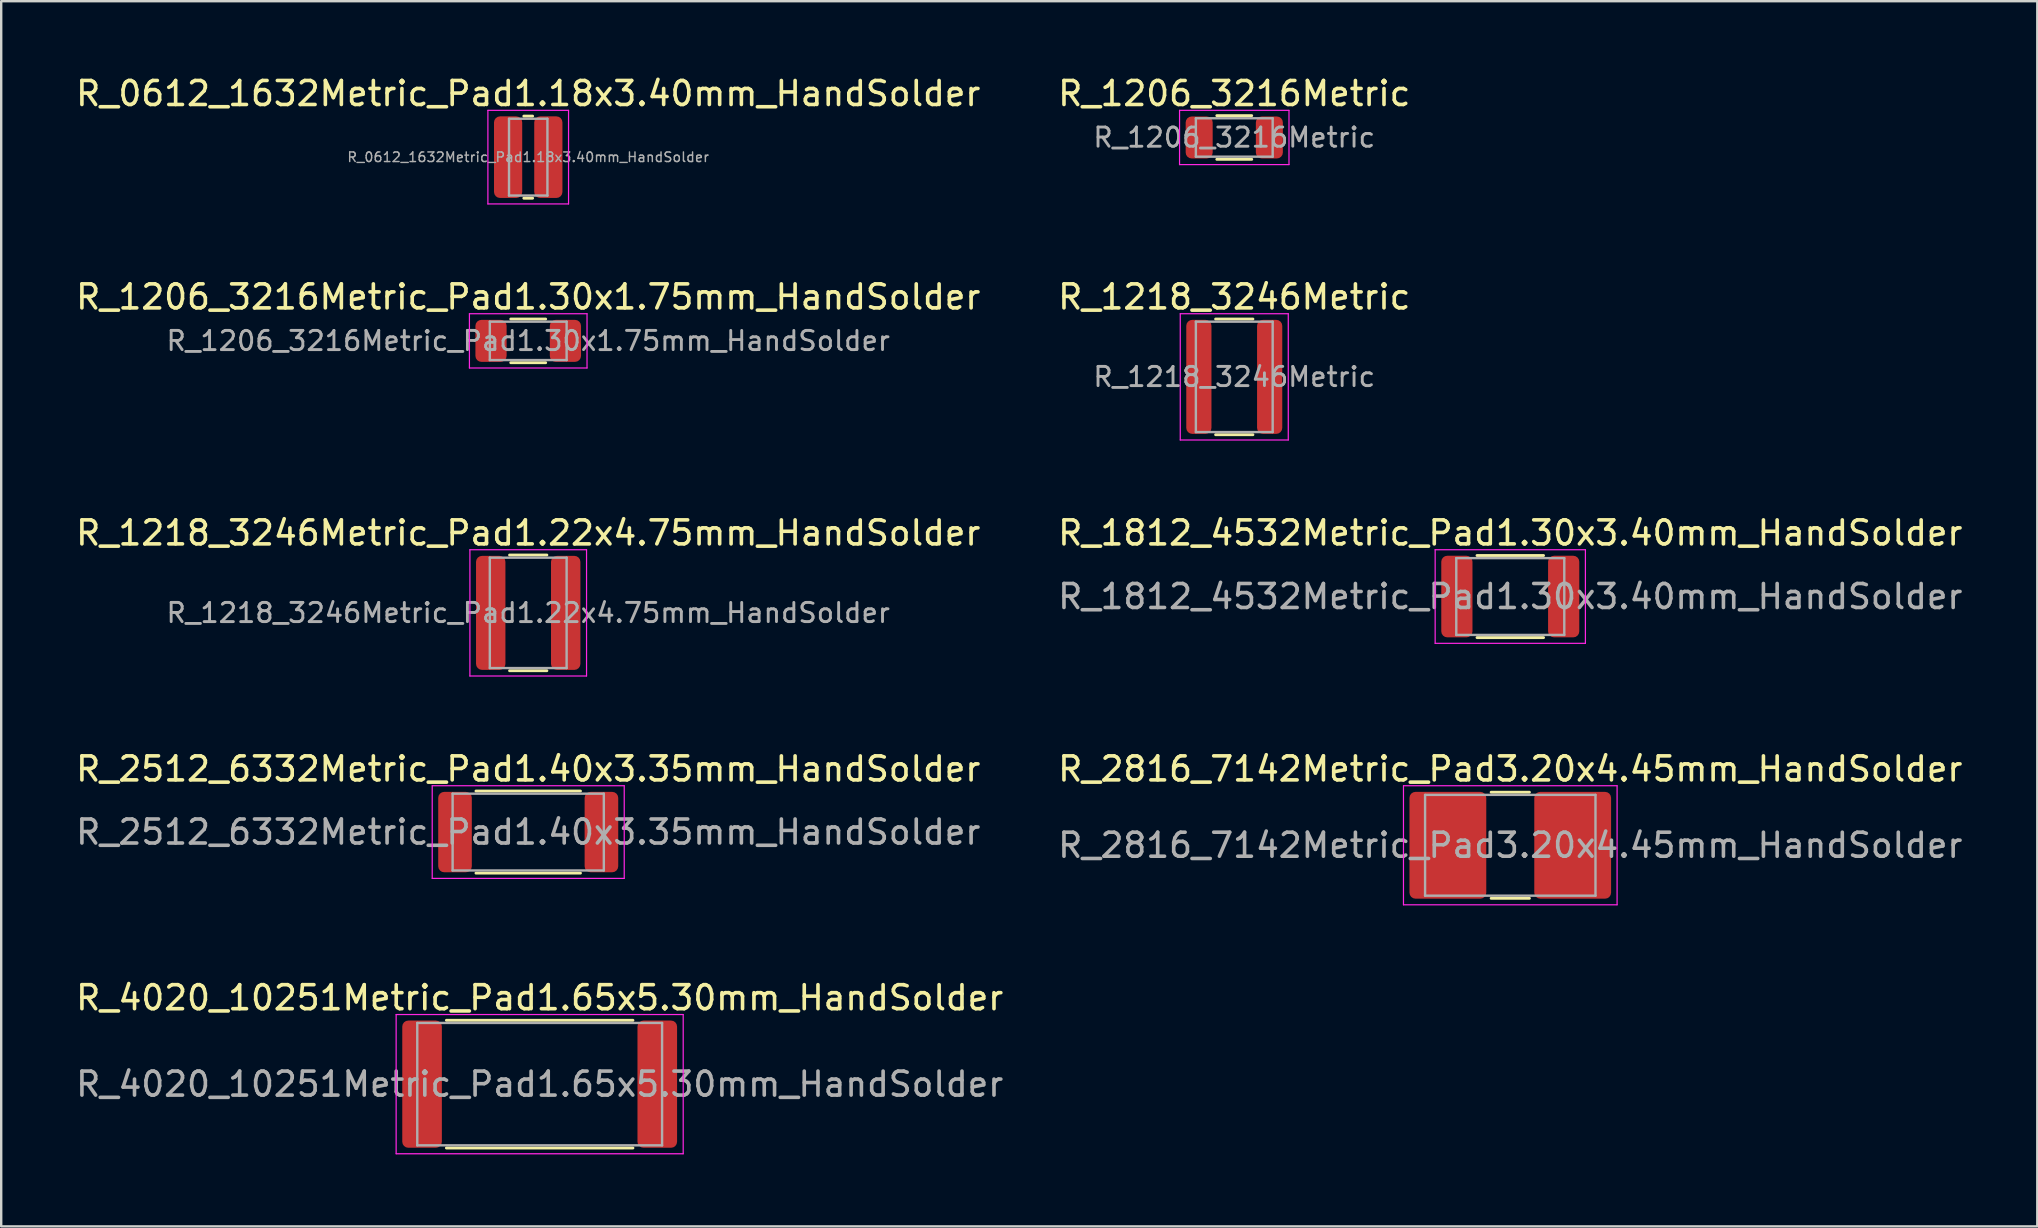
<source format=kicad_pcb>
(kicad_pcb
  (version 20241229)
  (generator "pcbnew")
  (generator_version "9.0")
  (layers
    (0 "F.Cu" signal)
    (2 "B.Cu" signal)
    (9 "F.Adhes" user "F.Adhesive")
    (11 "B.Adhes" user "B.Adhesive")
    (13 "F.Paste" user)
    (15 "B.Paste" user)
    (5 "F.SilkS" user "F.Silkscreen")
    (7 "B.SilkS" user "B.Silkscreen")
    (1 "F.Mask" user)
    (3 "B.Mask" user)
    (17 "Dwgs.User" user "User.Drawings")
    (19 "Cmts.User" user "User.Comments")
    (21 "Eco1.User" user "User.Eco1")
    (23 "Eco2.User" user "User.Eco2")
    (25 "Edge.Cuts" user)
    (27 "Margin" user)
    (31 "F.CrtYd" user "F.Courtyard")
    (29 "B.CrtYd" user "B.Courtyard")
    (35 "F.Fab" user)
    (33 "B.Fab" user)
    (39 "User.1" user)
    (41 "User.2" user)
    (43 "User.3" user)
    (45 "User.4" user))
  (footprint "R_0612_1632Metric_Pad1.18x3.40mm_HandSolder"
    (layer "F.Cu")
    (at 18.958 3.498)
    (property "Reference" "R_0612_1632Metric_Pad1.18x3.40mm_HandSolder" (at 0 -2.65 0) (layer "F.SilkS") (effects (font (size 1 1) (thickness 0.15))))
    (attr smd)
    (fp_line (start -0.183 -1.71) (end 0.183 -1.71) (stroke (width 0.12) (type solid)) (layer "F.SilkS"))
    (fp_line (start -0.183 1.71) (end 0.183 1.71) (stroke (width 0.12) (type solid)) (layer "F.SilkS"))
    (fp_line (start -1.68 -1.95) (end 1.68 -1.95) (stroke (width 0.05) (type solid)) (layer "F.CrtYd"))
    (fp_line (start -1.68 1.95) (end -1.68 -1.95) (stroke (width 0.05) (type solid)) (layer "F.CrtYd"))
    (fp_line (start 1.68 -1.95) (end 1.68 1.95) (stroke (width 0.05) (type solid)) (layer "F.CrtYd"))
    (fp_line (start 1.68 1.95) (end -1.68 1.95) (stroke (width 0.05) (type solid)) (layer "F.CrtYd"))
    (fp_line (start -0.8 -1.6) (end 0.8 -1.6) (stroke (width 0.1) (type solid)) (layer "F.Fab"))
    (fp_line (start -0.8 1.6) (end -0.8 -1.6) (stroke (width 0.1) (type solid)) (layer "F.Fab"))
    (fp_line (start 0.8 -1.6) (end 0.8 1.6) (stroke (width 0.1) (type solid)) (layer "F.Fab"))
    (fp_line (start 0.8 1.6) (end -0.8 1.6) (stroke (width 0.1) (type solid)) (layer "F.Fab"))
    (fp_text user "${REFERENCE}" (at 0 0 0) (layer "F.Fab") (effects (font (size 0.4 0.4) (thickness 0.06))))
    (pad "1" smd roundrect (at -0.838 0) (size 1.175 3.4) (layers "F.Cu" "F.Mask" "F.Paste") (roundrect_rratio 0.213))
    (pad "2" smd roundrect (at 0.838 0) (size 1.175 3.4) (layers "F.Cu" "F.Mask" "F.Paste") (roundrect_rratio 0.213)))
  (footprint "R_1206_3216Metric_Pad1.30x1.75mm_HandSolder"
    (layer "F.Cu")
    (at 18.958 11.152)
    (property "Reference" "R_1206_3216Metric_Pad1.30x1.75mm_HandSolder" (at 0 -1.83 0) (layer "F.SilkS") (effects (font (size 1 1) (thickness 0.15))))
    (attr smd)
    (fp_line (start -0.727 -0.91) (end 0.727 -0.91) (stroke (width 0.12) (type solid)) (layer "F.SilkS"))
    (fp_line (start -0.727 0.91) (end 0.727 0.91) (stroke (width 0.12) (type solid)) (layer "F.SilkS"))
    (fp_line (start -2.45 -1.13) (end 2.45 -1.13) (stroke (width 0.05) (type solid)) (layer "F.CrtYd"))
    (fp_line (start -2.45 1.13) (end -2.45 -1.13) (stroke (width 0.05) (type solid)) (layer "F.CrtYd"))
    (fp_line (start 2.45 -1.13) (end 2.45 1.13) (stroke (width 0.05) (type solid)) (layer "F.CrtYd"))
    (fp_line (start 2.45 1.13) (end -2.45 1.13) (stroke (width 0.05) (type solid)) (layer "F.CrtYd"))
    (fp_line (start -1.6 -0.8) (end 1.6 -0.8) (stroke (width 0.1) (type solid)) (layer "F.Fab"))
    (fp_line (start -1.6 0.8) (end -1.6 -0.8) (stroke (width 0.1) (type solid)) (layer "F.Fab"))
    (fp_line (start 1.6 -0.8) (end 1.6 0.8) (stroke (width 0.1) (type solid)) (layer "F.Fab"))
    (fp_line (start 1.6 0.8) (end -1.6 0.8) (stroke (width 0.1) (type solid)) (layer "F.Fab"))
    (fp_text user "${REFERENCE}" (at 0 0 0) (layer "F.Fab") (effects (font (size 0.8 0.8) (thickness 0.12))))
    (pad "1" smd roundrect (at -1.55 0) (size 1.3 1.75) (layers "F.Cu" "F.Mask" "F.Paste") (roundrect_rratio 0.192))
    (pad "2" smd roundrect (at 1.55 0) (size 1.3 1.75) (layers "F.Cu" "F.Mask" "F.Paste") (roundrect_rratio 0.192)))
  (footprint "R_4020_10251Metric_Pad1.65x5.30mm_HandSolder"
    (layer "F.Cu")
    (at 19.435 42.121)
    (property "Reference" "R_4020_10251Metric_Pad1.65x5.30mm_HandSolder" (at 0 -3.6 0) (layer "F.SilkS") (effects (font (size 1 1) (thickness 0.15))))
    (attr smd)
    (fp_line (start -3.886 -2.66) (end 3.886 -2.66) (stroke (width 0.12) (type solid)) (layer "F.SilkS"))
    (fp_line (start -3.886 2.66) (end 3.886 2.66) (stroke (width 0.12) (type solid)) (layer "F.SilkS"))
    (fp_line (start -5.98 -2.9) (end 5.98 -2.9) (stroke (width 0.05) (type solid)) (layer "F.CrtYd"))
    (fp_line (start -5.98 2.9) (end -5.98 -2.9) (stroke (width 0.05) (type solid)) (layer "F.CrtYd"))
    (fp_line (start 5.98 -2.9) (end 5.98 2.9) (stroke (width 0.05) (type solid)) (layer "F.CrtYd"))
    (fp_line (start 5.98 2.9) (end -5.98 2.9) (stroke (width 0.05) (type solid)) (layer "F.CrtYd"))
    (fp_line (start -5.1 -2.55) (end 5.1 -2.55) (stroke (width 0.1) (type solid)) (layer "F.Fab"))
    (fp_line (start -5.1 2.55) (end -5.1 -2.55) (stroke (width 0.1) (type solid)) (layer "F.Fab"))
    (fp_line (start 5.1 -2.55) (end 5.1 2.55) (stroke (width 0.1) (type solid)) (layer "F.Fab"))
    (fp_line (start 5.1 2.55) (end -5.1 2.55) (stroke (width 0.1) (type solid)) (layer "F.Fab"))
    (fp_text user "${REFERENCE}" (at 0 0 0) (layer "F.Fab") (effects (font (size 1 1) (thickness 0.15))))
    (pad "1" smd roundrect (at -4.9 0) (size 1.65 5.3) (layers "F.Cu" "F.Mask" "F.Paste") (roundrect_rratio 0.152))
    (pad "2" smd roundrect (at 4.9 0) (size 1.65 5.3) (layers "F.Cu" "F.Mask" "F.Paste") (roundrect_rratio 0.152)))
  (footprint "R_1218_3246Metric"
    (layer "F.Cu")
    (at 48.375 12.652)
    (property "Reference" "R_1218_3246Metric" (at 0 -3.33 0) (layer "F.SilkS") (effects (font (size 1 1) (thickness 0.15))))
    (attr smd)
    (fp_line (start -0.777 -2.41) (end 0.777 -2.41) (stroke (width 0.12) (type solid)) (layer "F.SilkS"))
    (fp_line (start -0.777 2.41) (end 0.777 2.41) (stroke (width 0.12) (type solid)) (layer "F.SilkS"))
    (fp_line (start -2.25 -2.63) (end 2.25 -2.63) (stroke (width 0.05) (type solid)) (layer "F.CrtYd"))
    (fp_line (start -2.25 2.63) (end -2.25 -2.63) (stroke (width 0.05) (type solid)) (layer "F.CrtYd"))
    (fp_line (start 2.25 -2.63) (end 2.25 2.63) (stroke (width 0.05) (type solid)) (layer "F.CrtYd"))
    (fp_line (start 2.25 2.63) (end -2.25 2.63) (stroke (width 0.05) (type solid)) (layer "F.CrtYd"))
    (fp_line (start -1.6 -2.3) (end 1.6 -2.3) (stroke (width 0.1) (type solid)) (layer "F.Fab"))
    (fp_line (start -1.6 2.3) (end -1.6 -2.3) (stroke (width 0.1) (type solid)) (layer "F.Fab"))
    (fp_line (start 1.6 -2.3) (end 1.6 2.3) (stroke (width 0.1) (type solid)) (layer "F.Fab"))
    (fp_line (start 1.6 2.3) (end -1.6 2.3) (stroke (width 0.1) (type solid)) (layer "F.Fab"))
    (fp_text user "${REFERENCE}" (at 0 0 0) (layer "F.Fab") (effects (font (size 0.8 0.8) (thickness 0.12))))
    (pad "1" smd roundrect (at -1.475 0) (size 1.05 4.75) (layers "F.Cu" "F.Mask" "F.Paste") (roundrect_rratio 0.238))
    (pad "2" smd roundrect (at 1.475 0) (size 1.05 4.75) (layers "F.Cu" "F.Mask" "F.Paste") (roundrect_rratio 0.238)))
  (footprint "R_2816_7142Metric_Pad3.20x4.45mm_HandSolder"
    (layer "F.Cu")
    (at 59.875 32.168)
    (property "Reference" "R_2816_7142Metric_Pad3.20x4.45mm_HandSolder" (at 0 -3.18 0) (layer "F.SilkS") (effects (font (size 1 1) (thickness 0.15))))
    (attr smd)
    (fp_line (start -0.797 -2.21) (end 0.797 -2.21) (stroke (width 0.12) (type solid)) (layer "F.SilkS"))
    (fp_line (start -0.797 2.21) (end 0.797 2.21) (stroke (width 0.12) (type solid)) (layer "F.SilkS"))
    (fp_line (start -4.45 -2.48) (end 4.45 -2.48) (stroke (width 0.05) (type solid)) (layer "F.CrtYd"))
    (fp_line (start -4.45 2.48) (end -4.45 -2.48) (stroke (width 0.05) (type solid)) (layer "F.CrtYd"))
    (fp_line (start 4.45 -2.48) (end 4.45 2.48) (stroke (width 0.05) (type solid)) (layer "F.CrtYd"))
    (fp_line (start 4.45 2.48) (end -4.45 2.48) (stroke (width 0.05) (type solid)) (layer "F.CrtYd"))
    (fp_line (start -3.55 -2.1) (end 3.55 -2.1) (stroke (width 0.1) (type solid)) (layer "F.Fab"))
    (fp_line (start -3.55 2.1) (end -3.55 -2.1) (stroke (width 0.1) (type solid)) (layer "F.Fab"))
    (fp_line (start 3.55 -2.1) (end 3.55 2.1) (stroke (width 0.1) (type solid)) (layer "F.Fab"))
    (fp_line (start 3.55 2.1) (end -3.55 2.1) (stroke (width 0.1) (type solid)) (layer "F.Fab"))
    (fp_text user "${REFERENCE}" (at 0 0 0) (layer "F.Fab") (effects (font (size 1 1) (thickness 0.15))))
    (pad "1" smd roundrect (at -2.6 0) (size 3.2 4.45) (layers "F.Cu" "F.Mask" "F.Paste") (roundrect_rratio 0.078))
    (pad "2" smd roundrect (at 2.6 0) (size 3.2 4.45) (layers "F.Cu" "F.Mask" "F.Paste") (roundrect_rratio 0.078)))
  (footprint "R_1206_3216Metric"
    (layer "F.Cu")
    (at 48.375 2.678)
    (property "Reference" "R_1206_3216Metric" (at 0 -1.83 0) (layer "F.SilkS") (effects (font (size 1 1) (thickness 0.15))))
    (attr smd)
    (fp_line (start -0.727 -0.91) (end 0.727 -0.91) (stroke (width 0.12) (type solid)) (layer "F.SilkS"))
    (fp_line (start -0.727 0.91) (end 0.727 0.91) (stroke (width 0.12) (type solid)) (layer "F.SilkS"))
    (fp_line (start -2.28 -1.13) (end 2.28 -1.13) (stroke (width 0.05) (type solid)) (layer "F.CrtYd"))
    (fp_line (start -2.28 1.13) (end -2.28 -1.13) (stroke (width 0.05) (type solid)) (layer "F.CrtYd"))
    (fp_line (start 2.28 -1.13) (end 2.28 1.13) (stroke (width 0.05) (type solid)) (layer "F.CrtYd"))
    (fp_line (start 2.28 1.13) (end -2.28 1.13) (stroke (width 0.05) (type solid)) (layer "F.CrtYd"))
    (fp_line (start -1.6 -0.8) (end 1.6 -0.8) (stroke (width 0.1) (type solid)) (layer "F.Fab"))
    (fp_line (start -1.6 0.8) (end -1.6 -0.8) (stroke (width 0.1) (type solid)) (layer "F.Fab"))
    (fp_line (start 1.6 -0.8) (end 1.6 0.8) (stroke (width 0.1) (type solid)) (layer "F.Fab"))
    (fp_line (start 1.6 0.8) (end -1.6 0.8) (stroke (width 0.1) (type solid)) (layer "F.Fab"))
    (fp_text user "${REFERENCE}" (at 0 0 0) (layer "F.Fab") (effects (font (size 0.8 0.8) (thickness 0.12))))
    (pad "1" smd roundrect (at -1.462 0) (size 1.125 1.75) (layers "F.Cu" "F.Mask" "F.Paste") (roundrect_rratio 0.222))
    (pad "2" smd roundrect (at 1.462 0) (size 1.125 1.75) (layers "F.Cu" "F.Mask" "F.Paste") (roundrect_rratio 0.222)))
  (footprint "R_2512_6332Metric_Pad1.40x3.35mm_HandSolder"
    (layer "F.Cu")
    (at 18.958 31.618)
    (property "Reference" "R_2512_6332Metric_Pad1.40x3.35mm_HandSolder" (at 0 -2.63 0) (layer "F.SilkS") (effects (font (size 1 1) (thickness 0.15))))
    (attr smd)
    (fp_line (start -2.177 -1.71) (end 2.177 -1.71) (stroke (width 0.12) (type solid)) (layer "F.SilkS"))
    (fp_line (start -2.177 1.71) (end 2.177 1.71) (stroke (width 0.12) (type solid)) (layer "F.SilkS"))
    (fp_line (start -4 -1.93) (end 4 -1.93) (stroke (width 0.05) (type solid)) (layer "F.CrtYd"))
    (fp_line (start -4 1.93) (end -4 -1.93) (stroke (width 0.05) (type solid)) (layer "F.CrtYd"))
    (fp_line (start 4 -1.93) (end 4 1.93) (stroke (width 0.05) (type solid)) (layer "F.CrtYd"))
    (fp_line (start 4 1.93) (end -4 1.93) (stroke (width 0.05) (type solid)) (layer "F.CrtYd"))
    (fp_line (start -3.15 -1.6) (end 3.15 -1.6) (stroke (width 0.1) (type solid)) (layer "F.Fab"))
    (fp_line (start -3.15 1.6) (end -3.15 -1.6) (stroke (width 0.1) (type solid)) (layer "F.Fab"))
    (fp_line (start 3.15 -1.6) (end 3.15 1.6) (stroke (width 0.1) (type solid)) (layer "F.Fab"))
    (fp_line (start 3.15 1.6) (end -3.15 1.6) (stroke (width 0.1) (type solid)) (layer "F.Fab"))
    (fp_text user "${REFERENCE}" (at 0 0 0) (layer "F.Fab") (effects (font (size 1 1) (thickness 0.15))))
    (pad "1" smd roundrect (at -3.05 0) (size 1.4 3.35) (layers "F.Cu" "F.Mask" "F.Paste") (roundrect_rratio 0.179))
    (pad "2" smd roundrect (at 3.05 0) (size 1.4 3.35) (layers "F.Cu" "F.Mask" "F.Paste") (roundrect_rratio 0.179)))
  (footprint "R_1218_3246Metric_Pad1.22x4.75mm_HandSolder"
    (layer "F.Cu")
    (at 18.958 22.485)
    (property "Reference" "R_1218_3246Metric_Pad1.22x4.75mm_HandSolder" (at 0 -3.33 0) (layer "F.SilkS") (effects (font (size 1 1) (thickness 0.15))))
    (attr smd)
    (fp_line (start -0.777 -2.41) (end 0.777 -2.41) (stroke (width 0.12) (type solid)) (layer "F.SilkS"))
    (fp_line (start -0.777 2.41) (end 0.777 2.41) (stroke (width 0.12) (type solid)) (layer "F.SilkS"))
    (fp_line (start -2.43 -2.63) (end 2.43 -2.63) (stroke (width 0.05) (type solid)) (layer "F.CrtYd"))
    (fp_line (start -2.43 2.63) (end -2.43 -2.63) (stroke (width 0.05) (type solid)) (layer "F.CrtYd"))
    (fp_line (start 2.43 -2.63) (end 2.43 2.63) (stroke (width 0.05) (type solid)) (layer "F.CrtYd"))
    (fp_line (start 2.43 2.63) (end -2.43 2.63) (stroke (width 0.05) (type solid)) (layer "F.CrtYd"))
    (fp_line (start -1.6 -2.3) (end 1.6 -2.3) (stroke (width 0.1) (type solid)) (layer "F.Fab"))
    (fp_line (start -1.6 2.3) (end -1.6 -2.3) (stroke (width 0.1) (type solid)) (layer "F.Fab"))
    (fp_line (start 1.6 -2.3) (end 1.6 2.3) (stroke (width 0.1) (type solid)) (layer "F.Fab"))
    (fp_line (start 1.6 2.3) (end -1.6 2.3) (stroke (width 0.1) (type solid)) (layer "F.Fab"))
    (fp_text user "${REFERENCE}" (at 0 0 0) (layer "F.Fab") (effects (font (size 0.8 0.8) (thickness 0.12))))
    (pad "1" smd roundrect (at -1.562 0) (size 1.225 4.75) (layers "F.Cu" "F.Mask" "F.Paste") (roundrect_rratio 0.204))
    (pad "2" smd roundrect (at 1.562 0) (size 1.225 4.75) (layers "F.Cu" "F.Mask" "F.Paste") (roundrect_rratio 0.204)))
  (footprint "R_1812_4532Metric_Pad1.30x3.40mm_HandSolder"
    (layer "F.Cu")
    (at 59.875 21.805)
    (property "Reference" "R_1812_4532Metric_Pad1.30x3.40mm_HandSolder" (at 0 -2.65 0) (layer "F.SilkS") (effects (font (size 1 1) (thickness 0.15))))
    (attr smd)
    (fp_line (start -1.386 -1.71) (end 1.386 -1.71) (stroke (width 0.12) (type solid)) (layer "F.SilkS"))
    (fp_line (start -1.386 1.71) (end 1.386 1.71) (stroke (width 0.12) (type solid)) (layer "F.SilkS"))
    (fp_line (start -3.13 -1.95) (end 3.13 -1.95) (stroke (width 0.05) (type solid)) (layer "F.CrtYd"))
    (fp_line (start -3.13 1.95) (end -3.13 -1.95) (stroke (width 0.05) (type solid)) (layer "F.CrtYd"))
    (fp_line (start 3.13 -1.95) (end 3.13 1.95) (stroke (width 0.05) (type solid)) (layer "F.CrtYd"))
    (fp_line (start 3.13 1.95) (end -3.13 1.95) (stroke (width 0.05) (type solid)) (layer "F.CrtYd"))
    (fp_line (start -2.25 -1.6) (end 2.25 -1.6) (stroke (width 0.1) (type solid)) (layer "F.Fab"))
    (fp_line (start -2.25 1.6) (end -2.25 -1.6) (stroke (width 0.1) (type solid)) (layer "F.Fab"))
    (fp_line (start 2.25 -1.6) (end 2.25 1.6) (stroke (width 0.1) (type solid)) (layer "F.Fab"))
    (fp_line (start 2.25 1.6) (end -2.25 1.6) (stroke (width 0.1) (type solid)) (layer "F.Fab"))
    (fp_text user "${REFERENCE}" (at 0 0 0) (layer "F.Fab") (effects (font (size 1 1) (thickness 0.15))))
    (pad "1" smd roundrect (at -2.225 0) (size 1.3 3.4) (layers "F.Cu" "F.Mask" "F.Paste") (roundrect_rratio 0.192))
    (pad "2" smd roundrect (at 2.225 0) (size 1.3 3.4) (layers "F.Cu" "F.Mask" "F.Paste") (roundrect_rratio 0.192)))
  (gr_rect
    (start -3 -3)
    (end 81.833 48.046)
    (stroke (width 0.1) (type default))
    (fill no)
    (layer "Edge.Cuts")))
</source>
